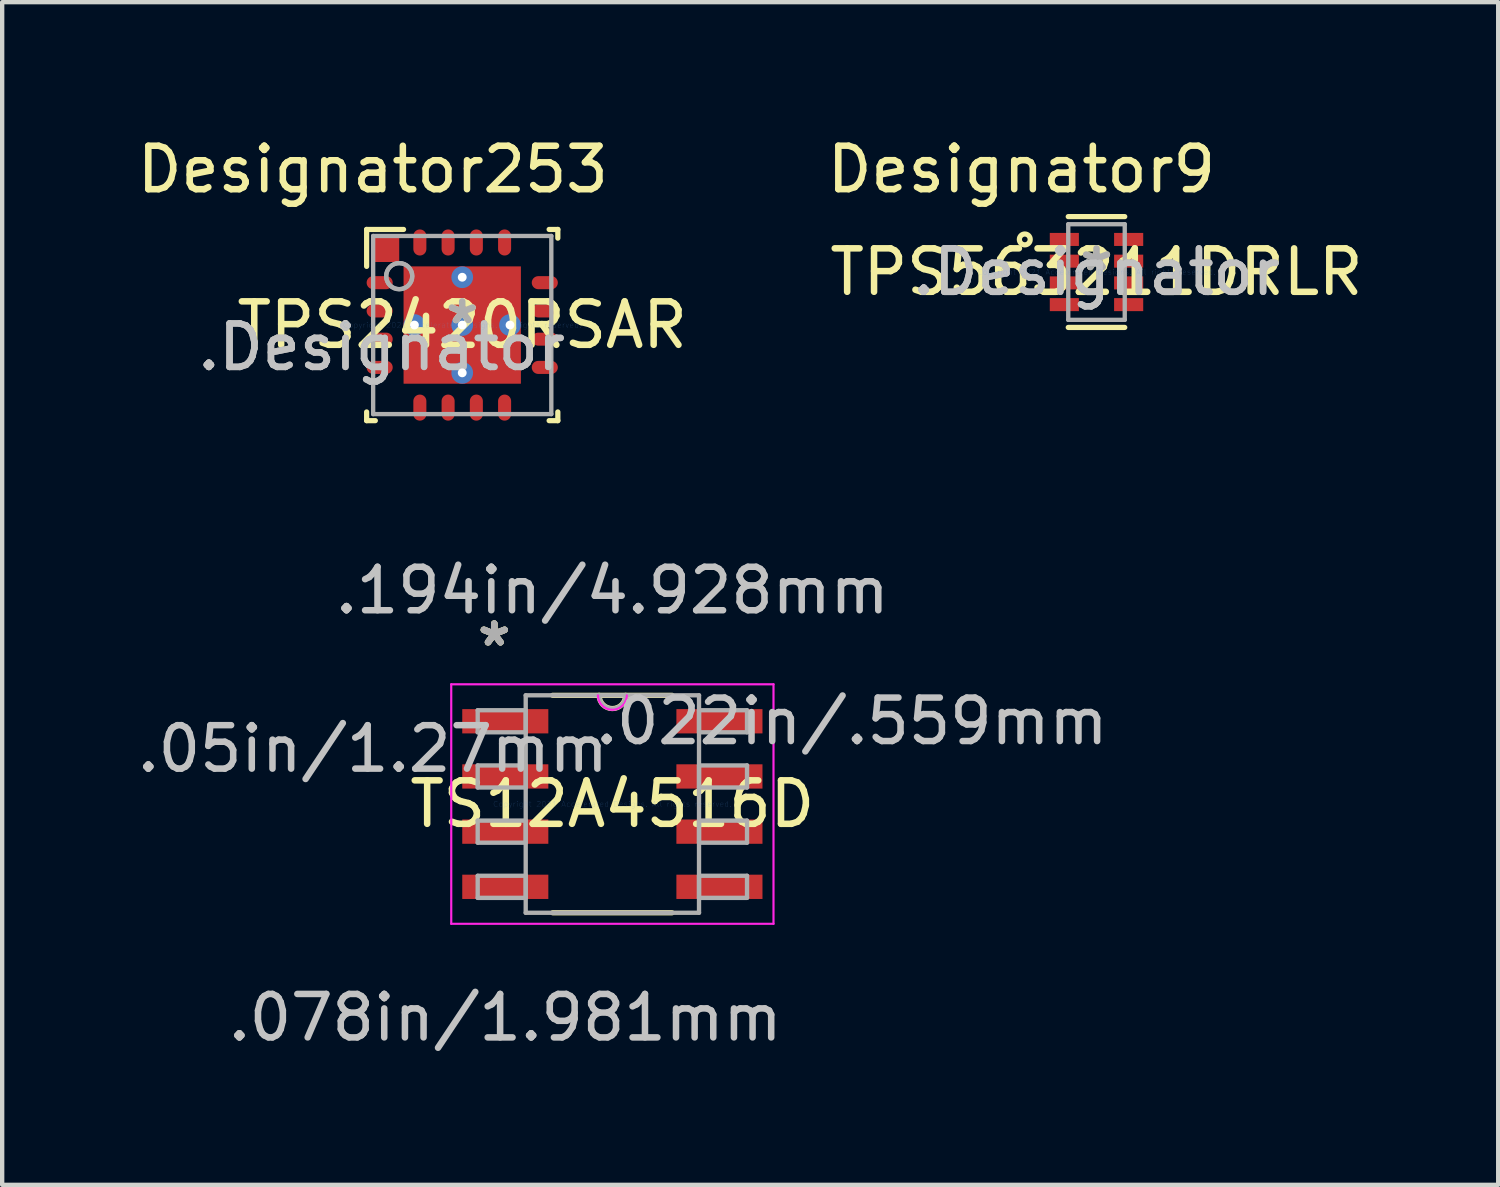
<source format=kicad_pcb>
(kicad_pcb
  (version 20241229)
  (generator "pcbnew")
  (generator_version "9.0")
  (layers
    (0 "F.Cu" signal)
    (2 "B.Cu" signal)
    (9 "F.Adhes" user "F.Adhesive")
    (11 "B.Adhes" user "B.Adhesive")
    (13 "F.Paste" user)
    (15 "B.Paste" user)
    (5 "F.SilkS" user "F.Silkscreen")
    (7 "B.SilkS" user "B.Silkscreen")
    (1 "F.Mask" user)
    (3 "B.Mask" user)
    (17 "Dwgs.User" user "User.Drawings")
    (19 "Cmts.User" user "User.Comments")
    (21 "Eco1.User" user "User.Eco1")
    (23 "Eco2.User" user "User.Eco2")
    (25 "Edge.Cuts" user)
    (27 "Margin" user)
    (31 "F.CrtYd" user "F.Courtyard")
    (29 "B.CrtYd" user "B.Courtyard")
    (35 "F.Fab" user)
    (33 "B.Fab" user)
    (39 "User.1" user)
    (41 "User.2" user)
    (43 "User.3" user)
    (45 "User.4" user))
  (footprint "TPS563211DRLR"
    (layer "F.Cu")
    (at 22.183 3.21)
    (property "Reference" "TPS563211DRLR" (at 0 0 0) (layer "F.SilkS") (effects (font (size 1 1) (thickness 0.15))))
    (attr through_hole)
    (fp_line (start -0.65 -1.275) (end 0.65 -1.275) (stroke (width 0.12) (type solid)) (layer "F.SilkS"))
    (fp_line (start -0.65 1.275) (end 0.65 1.275) (stroke (width 0.12) (type solid)) (layer "F.SilkS"))
    (fp_circle (center -1.65 -0.75) (end -1.525 -0.75) (stroke (width 0.12) (type solid)) (fill no) (layer "F.SilkS"))
    (fp_line (start -0.65 -1.1) (end 0.65 -1.1) (stroke (width 0.1) (type solid)) (layer "F.Fab"))
    (fp_line (start -0.65 1.1) (end -0.65 -1.1) (stroke (width 0.1) (type solid)) (layer "F.Fab"))
    (fp_line (start -0.65 1.1) (end 0.65 1.1) (stroke (width 0.1) (type solid)) (layer "F.Fab"))
    (fp_line (start 0.65 1.1) (end 0.65 -1.1) (stroke (width 0.1) (type solid)) (layer "F.Fab"))
    (fp_text user "*" (at 0 0 0) (layer "F.SilkS") (effects (font (size 1 1) (thickness 0.15))))
    (fp_text user "Designator9" (at -1.727 -2.362 0) (layer "F.SilkS") (effects (font (size 1 1) (thickness 0.15))))
    (fp_text user ".Designator" (at 0 0 0) (layer "Dwgs.User") (effects (font (size 1 1) (thickness 0.15))))
    (fp_text user "Copyright 2021 Accelerated Designs. All rights reserved." (at 0 0 0) (layer "Cmts.User") (effects (font (size 0.127 0.127) (thickness 0.002))))
    (fp_text user "*" (at 0 0 0) (layer "F.Fab") (effects (font (size 1 1) (thickness 0.15))))
    (fp_text user ".Designator" (at 0 0 0) (layer "F.Fab") (effects (font (size 1 1) (thickness 0.15))))
    (pad "1" smd rect (at -0.74 -0.75) (size 0.67 0.3) (layers "F.Cu" "F.Mask" "F.Paste"))
    (pad "2" smd rect (at -0.74 -0.25) (size 0.67 0.3) (layers "F.Cu" "F.Mask" "F.Paste"))
    (pad "3" smd rect (at -0.74 0.25) (size 0.67 0.3) (layers "F.Cu" "F.Mask" "F.Paste"))
    (pad "4" smd rect (at -0.74 0.75) (size 0.67 0.3) (layers "F.Cu" "F.Mask" "F.Paste"))
    (pad "5" smd rect (at 0.74 0.75) (size 0.67 0.3) (layers "F.Cu" "F.Mask" "F.Paste"))
    (pad "6" smd rect (at 0.74 0.25) (size 0.67 0.3) (layers "F.Cu" "F.Mask" "F.Paste"))
    (pad "7" smd rect (at 0.74 -0.25) (size 0.67 0.3) (layers "F.Cu" "F.Mask" "F.Paste"))
    (pad "8" smd rect (at 0.74 -0.75) (size 0.67 0.3) (layers "F.Cu" "F.Mask" "F.Paste")))
  (footprint "TS12A4516D"
    (layer "F.Cu")
    (at 11.042 15.453)
    (property "Reference" "TS12A4516D" (at 0 0 0) (layer "F.SilkS") (effects (font (size 1 1) (thickness 0.15))))
    (attr through_hole)
    (fp_line (start -1.374 2.502) (end 1.374 2.502) (stroke (width 0.12) (type solid)) (layer "F.SilkS"))
    (fp_line (start 1.374 -2.502) (end -1.374 -2.502) (stroke (width 0.12) (type solid)) (layer "F.SilkS"))
    (fp_arc (start 0.3048 -2.5019) (mid 0 -2.1971) (end -0.3048 -2.5019) (stroke (width 0.12) (type solid)) (layer "F.SilkS"))
    (fp_line (start -3.708 -2.756) (end 3.708 -2.756) (stroke (width 0.05) (type solid)) (layer "F.CrtYd"))
    (fp_line (start -3.708 2.756) (end -3.708 -2.756) (stroke (width 0.05) (type solid)) (layer "F.CrtYd"))
    (fp_line (start 3.708 -2.756) (end 3.708 2.756) (stroke (width 0.05) (type solid)) (layer "F.CrtYd"))
    (fp_line (start 3.708 2.756) (end -3.708 2.756) (stroke (width 0.05) (type solid)) (layer "F.CrtYd"))
    (fp_arc (start 0.332317 -2.5019) (mid 0 -2.169583) (end -0.332317 -2.5019) (stroke (width 0.05) (type solid)) (layer "F.CrtYd"))
    (fp_line (start -3.099 -2.159) (end -3.099 -1.651) (stroke (width 0.1) (type solid)) (layer "F.Fab"))
    (fp_line (start -3.099 -1.651) (end -1.994 -1.651) (stroke (width 0.1) (type solid)) (layer "F.Fab"))
    (fp_line (start -3.099 -0.889) (end -3.099 -0.381) (stroke (width 0.1) (type solid)) (layer "F.Fab"))
    (fp_line (start -3.099 -0.381) (end -1.994 -0.381) (stroke (width 0.1) (type solid)) (layer "F.Fab"))
    (fp_line (start -3.099 0.381) (end -3.099 0.889) (stroke (width 0.1) (type solid)) (layer "F.Fab"))
    (fp_line (start -3.099 0.889) (end -1.994 0.889) (stroke (width 0.1) (type solid)) (layer "F.Fab"))
    (fp_line (start -3.099 1.651) (end -3.099 2.159) (stroke (width 0.1) (type solid)) (layer "F.Fab"))
    (fp_line (start -3.099 2.159) (end -1.994 2.159) (stroke (width 0.1) (type solid)) (layer "F.Fab"))
    (fp_line (start -1.994 -2.502) (end -1.994 2.502) (stroke (width 0.1) (type solid)) (layer "F.Fab"))
    (fp_line (start -1.994 -2.159) (end -3.099 -2.159) (stroke (width 0.1) (type solid)) (layer "F.Fab"))
    (fp_line (start -1.994 -1.651) (end -1.994 -2.159) (stroke (width 0.1) (type solid)) (layer "F.Fab"))
    (fp_line (start -1.994 -0.889) (end -3.099 -0.889) (stroke (width 0.1) (type solid)) (layer "F.Fab"))
    (fp_line (start -1.994 -0.381) (end -1.994 -0.889) (stroke (width 0.1) (type solid)) (layer "F.Fab"))
    (fp_line (start -1.994 0.381) (end -3.099 0.381) (stroke (width 0.1) (type solid)) (layer "F.Fab"))
    (fp_line (start -1.994 0.889) (end -1.994 0.381) (stroke (width 0.1) (type solid)) (layer "F.Fab"))
    (fp_line (start -1.994 1.651) (end -3.099 1.651) (stroke (width 0.1) (type solid)) (layer "F.Fab"))
    (fp_line (start -1.994 2.159) (end -1.994 1.651) (stroke (width 0.1) (type solid)) (layer "F.Fab"))
    (fp_line (start -1.994 2.502) (end 1.994 2.502) (stroke (width 0.1) (type solid)) (layer "F.Fab"))
    (fp_line (start 1.994 -2.502) (end -1.994 -2.502) (stroke (width 0.1) (type solid)) (layer "F.Fab"))
    (fp_line (start 1.994 -2.159) (end 1.994 -1.651) (stroke (width 0.1) (type solid)) (layer "F.Fab"))
    (fp_line (start 1.994 -1.651) (end 3.099 -1.651) (stroke (width 0.1) (type solid)) (layer "F.Fab"))
    (fp_line (start 1.994 -0.889) (end 1.994 -0.381) (stroke (width 0.1) (type solid)) (layer "F.Fab"))
    (fp_line (start 1.994 -0.381) (end 3.099 -0.381) (stroke (width 0.1) (type solid)) (layer "F.Fab"))
    (fp_line (start 1.994 0.381) (end 1.994 0.889) (stroke (width 0.1) (type solid)) (layer "F.Fab"))
    (fp_line (start 1.994 0.889) (end 3.099 0.889) (stroke (width 0.1) (type solid)) (layer "F.Fab"))
    (fp_line (start 1.994 1.651) (end 1.994 2.159) (stroke (width 0.1) (type solid)) (layer "F.Fab"))
    (fp_line (start 1.994 2.159) (end 3.099 2.159) (stroke (width 0.1) (type solid)) (layer "F.Fab"))
    (fp_line (start 1.994 2.502) (end 1.994 -2.502) (stroke (width 0.1) (type solid)) (layer "F.Fab"))
    (fp_line (start 3.099 -2.159) (end 1.994 -2.159) (stroke (width 0.1) (type solid)) (layer "F.Fab"))
    (fp_line (start 3.099 -1.651) (end 3.099 -2.159) (stroke (width 0.1) (type solid)) (layer "F.Fab"))
    (fp_line (start 3.099 -0.889) (end 1.994 -0.889) (stroke (width 0.1) (type solid)) (layer "F.Fab"))
    (fp_line (start 3.099 -0.381) (end 3.099 -0.889) (stroke (width 0.1) (type solid)) (layer "F.Fab"))
    (fp_line (start 3.099 0.381) (end 1.994 0.381) (stroke (width 0.1) (type solid)) (layer "F.Fab"))
    (fp_line (start 3.099 0.889) (end 3.099 0.381) (stroke (width 0.1) (type solid)) (layer "F.Fab"))
    (fp_line (start 3.099 1.651) (end 1.994 1.651) (stroke (width 0.1) (type solid)) (layer "F.Fab"))
    (fp_line (start 3.099 2.159) (end 3.099 1.651) (stroke (width 0.1) (type solid)) (layer "F.Fab"))
    (fp_arc (start 0.3048 -2.5019) (mid 0 -2.1971) (end -0.3048 -2.5019) (stroke (width 0.1) (type solid)) (layer "F.Fab"))
    (fp_text user "*" (at -2.718 -3.607 0) (layer "F.SilkS") (effects (font (size 1 1) (thickness 0.15))))
    (fp_text user "*" (at -2.718 -3.607 0) (layer "F.SilkS") (effects (font (size 1 1) (thickness 0.15))))
    (fp_text user ".022in/.559mm" (at 5.512 -1.905 0) (layer "Dwgs.User") (effects (font (size 1 1) (thickness 0.15))))
    (fp_text user ".194in/4.928mm" (at 0 -4.915 0) (layer "Dwgs.User") (effects (font (size 1 1) (thickness 0.15))))
    (fp_text user ".078in/1.981mm" (at -2.464 4.915 0) (layer "Dwgs.User") (effects (font (size 1 1) (thickness 0.15))))
    (fp_text user ".05in/1.27mm" (at -5.512 -1.27 0) (layer "Dwgs.User") (effects (font (size 1 1) (thickness 0.15))))
    (fp_text user "Copyright 2021 Accelerated Designs. All rights reserved." (at 0 0 0) (layer "Cmts.User") (effects (font (size 0.127 0.127) (thickness 0.002))))
    (fp_text user "*" (at -2.718 -3.607 0) (layer "F.Fab") (effects (font (size 1 1) (thickness 0.15))))
    (fp_text user "*" (at -2.718 -3.607 0) (layer "F.Fab") (effects (font (size 1 1) (thickness 0.15))))
    (pad "1" smd rect (at -2.464 -1.905) (size 1.981 0.559) (layers "F.Cu" "F.Mask" "F.Paste"))
    (pad "2" smd rect (at -2.464 -0.635) (size 1.981 0.559) (layers "F.Cu" "F.Mask" "F.Paste"))
    (pad "3" smd rect (at -2.464 0.635) (size 1.981 0.559) (layers "F.Cu" "F.Mask" "F.Paste"))
    (pad "4" smd rect (at -2.464 1.905) (size 1.981 0.559) (layers "F.Cu" "F.Mask" "F.Paste"))
    (pad "5" smd rect (at 2.464 1.905) (size 1.981 0.559) (layers "F.Cu" "F.Mask" "F.Paste"))
    (pad "6" smd rect (at 2.464 0.635) (size 1.981 0.559) (layers "F.Cu" "F.Mask" "F.Paste"))
    (pad "7" smd rect (at 2.464 -0.635) (size 1.981 0.559) (layers "F.Cu" "F.Mask" "F.Paste"))
    (pad "8" smd rect (at 2.464 -1.905) (size 1.981 0.559) (layers "F.Cu" "F.Mask" "F.Paste")))
  (footprint "TPS2420RSAR"
    (layer "F.Cu")
    (at 7.587 4.43)
    (property "Reference" "TPS2420RSAR" (at 0 0 0) (layer "F.SilkS") (effects (font (size 1 1) (thickness 0.15))))
    (attr through_hole)
    (fp_poly (pts (xy -2 -1.5) (xy -1.5 -1.5) (xy -1.5 -2) (xy -2 -2)) (stroke (width 0.1) (type solid)) (fill yes) (layer "F.Cu"))
    (fp_line (start -2.2 -2.2) (end -1.35 -2.2) (stroke (width 0.12) (type solid)) (layer "F.SilkS"))
    (fp_line (start -2.2 -1.35) (end -2.2 -2.2) (stroke (width 0.12) (type solid)) (layer "F.SilkS"))
    (fp_line (start -2.2 2.2) (end -2.2 2) (stroke (width 0.12) (type solid)) (layer "F.SilkS"))
    (fp_line (start -2.2 2.2) (end -2 2.2) (stroke (width 0.12) (type solid)) (layer "F.SilkS"))
    (fp_line (start 2 -2.2) (end 2.2 -2.2) (stroke (width 0.12) (type solid)) (layer "F.SilkS"))
    (fp_line (start 2 2.2) (end 2.2 2.2) (stroke (width 0.12) (type solid)) (layer "F.SilkS"))
    (fp_line (start 2.2 -2) (end 2.2 -2.2) (stroke (width 0.12) (type solid)) (layer "F.SilkS"))
    (fp_line (start 2.2 2.2) (end 2.2 2) (stroke (width 0.12) (type solid)) (layer "F.SilkS"))
    (fp_poly (pts (xy -0.1 -1.288) (xy -1.288 -1.288) (xy -1.288 -0.1) (xy -0.1 -0.1)) (stroke (width 0.1) (type solid)) (fill yes) (layer "F.Paste"))
    (fp_poly (pts (xy -0.1 0.1) (xy -1.288 0.1) (xy -1.288 1.288) (xy -0.1 1.288)) (stroke (width 0.1) (type solid)) (fill yes) (layer "F.Paste"))
    (fp_poly (pts (xy 0.1 -0.1) (xy 1.288 -0.1) (xy 1.288 -1.288) (xy 0.1 -1.288)) (stroke (width 0.1) (type solid)) (fill yes) (layer "F.Paste"))
    (fp_poly (pts (xy 0.1 1.288) (xy 1.288 1.288) (xy 1.288 0.1) (xy 0.1 0.1)) (stroke (width 0.1) (type solid)) (fill yes) (layer "F.Paste"))
    (fp_line (start -2.05 -2.05) (end 2.05 -2.05) (stroke (width 0.1) (type solid)) (layer "F.Fab"))
    (fp_line (start -2.05 2.05) (end -2.05 -2.05) (stroke (width 0.1) (type solid)) (layer "F.Fab"))
    (fp_line (start -2.05 2.05) (end 2.05 2.05) (stroke (width 0.1) (type solid)) (layer "F.Fab"))
    (fp_line (start 2.05 2.05) (end 2.05 -2.05) (stroke (width 0.1) (type solid)) (layer "F.Fab"))
    (fp_circle (center -1.45 -1.125) (end -1.15 -1.125) (stroke (width 0.1) (type solid)) (fill no) (layer "F.Fab"))
    (fp_circle (center -1.45 -1.125) (end -1.15 -1.125) (stroke (width 0.1) (type solid)) (fill no) (layer "F.Fab"))
    (fp_text user "Designator253" (at -2.057 -3.581 0) (layer "F.SilkS") (effects (font (size 1 1) (thickness 0.15))))
    (fp_text user "*" (at 0 0 0) (layer "F.SilkS") (effects (font (size 1 1) (thickness 0.15))))
    (fp_text user ".Designator" (at -1.854 0.508 0) (layer "Dwgs.User") (effects (font (size 1 1) (thickness 0.15))))
    (fp_text user "Copyright 2021 Accelerated Designs. All rights reserved." (at 0 0 0) (layer "Cmts.User") (effects (font (size 0.127 0.127) (thickness 0.002))))
    (fp_text user "*" (at 0 0 0) (layer "F.Fab") (effects (font (size 1 1) (thickness 0.15))))
    (fp_text user ".Designator" (at -1.854 0.508 0) (layer "F.Fab") (effects (font (size 1 1) (thickness 0.15))))
    (pad "1" smd oval (at -1.9 -0.975 90) (size 0.3 0.6) (layers "F.Cu" "F.Mask" "F.Paste"))
    (pad "2" smd oval (at -1.9 -0.325 90) (size 0.3 0.6) (layers "F.Cu" "F.Mask" "F.Paste"))
    (pad "3" smd oval (at -1.9 0.325 90) (size 0.3 0.6) (layers "F.Cu" "F.Mask" "F.Paste"))
    (pad "4" smd oval (at -1.9 0.975 90) (size 0.3 0.6) (layers "F.Cu" "F.Mask" "F.Paste"))
    (pad "5" smd oval (at -0.975 1.9) (size 0.3 0.6) (layers "F.Cu" "F.Mask" "F.Paste"))
    (pad "6" smd oval (at -0.325 1.9) (size 0.3 0.6) (layers "F.Cu" "F.Mask" "F.Paste"))
    (pad "7" smd oval (at 0.325 1.9) (size 0.3 0.6) (layers "F.Cu" "F.Mask" "F.Paste"))
    (pad "8" smd oval (at 0.975 1.9) (size 0.3 0.6) (layers "F.Cu" "F.Mask" "F.Paste"))
    (pad "9" smd oval (at 1.9 0.975 90) (size 0.3 0.6) (layers "F.Cu" "F.Mask" "F.Paste"))
    (pad "10" smd oval (at 1.9 0.325 90) (size 0.3 0.6) (layers "F.Cu" "F.Mask" "F.Paste"))
    (pad "11" smd oval (at 1.9 -0.325 90) (size 0.3 0.6) (layers "F.Cu" "F.Mask" "F.Paste"))
    (pad "12" smd oval (at 1.9 -0.975 90) (size 0.3 0.6) (layers "F.Cu" "F.Mask" "F.Paste"))
    (pad "13" smd oval (at 0.975 -1.9) (size 0.3 0.6) (layers "F.Cu" "F.Mask" "F.Paste"))
    (pad "14" smd oval (at 0.325 -1.9) (size 0.3 0.6) (layers "F.Cu" "F.Mask" "F.Paste"))
    (pad "15" smd oval (at -0.325 -1.9) (size 0.3 0.6) (layers "F.Cu" "F.Mask" "F.Paste"))
    (pad "16" smd oval (at -0.975 -1.9) (size 0.3 0.6) (layers "F.Cu" "F.Mask" "F.Paste"))
    (pad "17" smd rect (at 0 0) (size 2.7 2.7) (layers "F.Cu" "F.Mask" "F.Paste"))
    (pad "V" thru_hole circle (at -1.1 0) (size 0.5 0.5) (drill 0.203) (layers "*.Cu" "*.Mask"))
    (pad "V" thru_hole circle (at 0 -1.1) (size 0.5 0.5) (drill 0.203) (layers "*.Cu" "*.Mask"))
    (pad "V" thru_hole circle (at 0 0) (size 0.5 0.5) (drill 0.203) (layers "*.Cu" "*.Mask"))
    (pad "V" thru_hole circle (at 0 1.1) (size 0.5 0.5) (drill 0.203) (layers "*.Cu" "*.Mask"))
    (pad "V" thru_hole circle (at 1.1 0) (size 0.5 0.5) (drill 0.203) (layers "*.Cu" "*.Mask")))
  (gr_rect
    (start -3 -3)
    (end 31.427 24.216)
    (stroke (width 0.1) (type default))
    (fill no)
    (layer "Edge.Cuts")))
</source>
